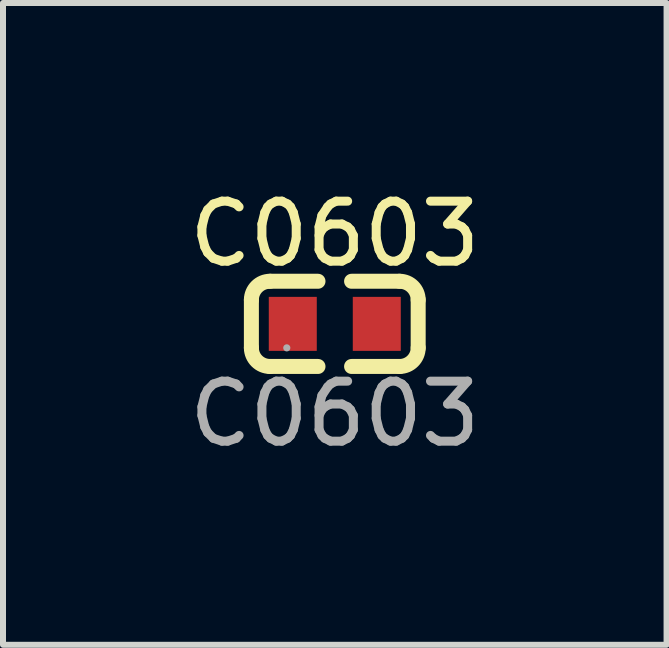
<source format=kicad_pcb>
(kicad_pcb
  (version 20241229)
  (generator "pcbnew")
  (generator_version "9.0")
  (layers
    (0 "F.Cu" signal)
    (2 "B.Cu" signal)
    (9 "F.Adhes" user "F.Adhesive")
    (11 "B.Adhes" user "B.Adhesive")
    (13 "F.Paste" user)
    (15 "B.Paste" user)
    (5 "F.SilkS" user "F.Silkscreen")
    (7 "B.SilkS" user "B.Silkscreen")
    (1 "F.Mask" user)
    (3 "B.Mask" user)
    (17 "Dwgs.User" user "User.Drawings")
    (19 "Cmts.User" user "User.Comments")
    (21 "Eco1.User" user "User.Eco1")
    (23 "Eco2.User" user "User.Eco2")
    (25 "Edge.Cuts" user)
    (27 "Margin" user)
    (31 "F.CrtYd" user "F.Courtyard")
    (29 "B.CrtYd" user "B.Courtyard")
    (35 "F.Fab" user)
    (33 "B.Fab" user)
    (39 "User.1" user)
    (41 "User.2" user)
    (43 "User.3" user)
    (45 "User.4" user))
  (footprint "C0603"
    (layer "F.Cu")
    (at 2.53 2.348)
    (property "Reference" "C0603" (at 0 -1.5 0) (layer "F.SilkS") (effects (font (size 1 1) (thickness 0.15))))
    (attr smd)
    (fp_line (start -1.39 0.4) (end -1.39 -0.4) (stroke (width 0.25) (type solid)) (layer "F.SilkS"))
    (fp_line (start -0.28 -0.71) (end -1.08 -0.71) (stroke (width 0.25) (type solid)) (layer "F.SilkS"))
    (fp_line (start -0.28 0.71) (end -1.08 0.71) (stroke (width 0.25) (type solid)) (layer "F.SilkS"))
    (fp_line (start 0.28 -0.71) (end 1.08 -0.71) (stroke (width 0.25) (type solid)) (layer "F.SilkS"))
    (fp_line (start 0.28 0.71) (end 1.08 0.71) (stroke (width 0.25) (type solid)) (layer "F.SilkS"))
    (fp_line (start 1.39 -0.4) (end 1.39 0.4) (stroke (width 0.25) (type solid)) (layer "F.SilkS"))
    (fp_arc (start -1.39 -0.4) (mid -1.299203 -0.619203) (end -1.08 -0.71) (stroke (width 0.25) (type solid)) (layer "F.SilkS"))
    (fp_arc (start -1.08 0.71) (mid -1.299203 0.619203) (end -1.39 0.4) (stroke (width 0.25) (type solid)) (layer "F.SilkS"))
    (fp_arc (start 1.08 -0.71) (mid 1.299203 -0.619203) (end 1.39 -0.4) (stroke (width 0.25) (type solid)) (layer "F.SilkS"))
    (fp_arc (start 1.39 0.4) (mid 1.299203 0.619203) (end 1.08 0.71) (stroke (width 0.25) (type solid)) (layer "F.SilkS"))
    (fp_circle (center -0.8 0.4) (end -0.77 0.4) (stroke (width 0.06) (type solid)) (fill no) (layer "F.Fab"))
    (fp_text user "${REFERENCE}" (at 0 1.5 0) (layer "F.Fab") (effects (font (size 1 1) (thickness 0.15))))
    (pad "1" smd rect (at -0.7 0) (size 0.8 0.9) (layers "F.Cu" "F.Mask" "F.Paste"))
    (pad "2" smd rect (at 0.7 0) (size 0.8 0.9) (layers "F.Cu" "F.Mask" "F.Paste")))
  (gr_rect
    (start -3 -3)
    (end 8.06 7.697)
    (stroke (width 0.1) (type default))
    (fill no)
    (layer "Edge.Cuts")))
</source>
